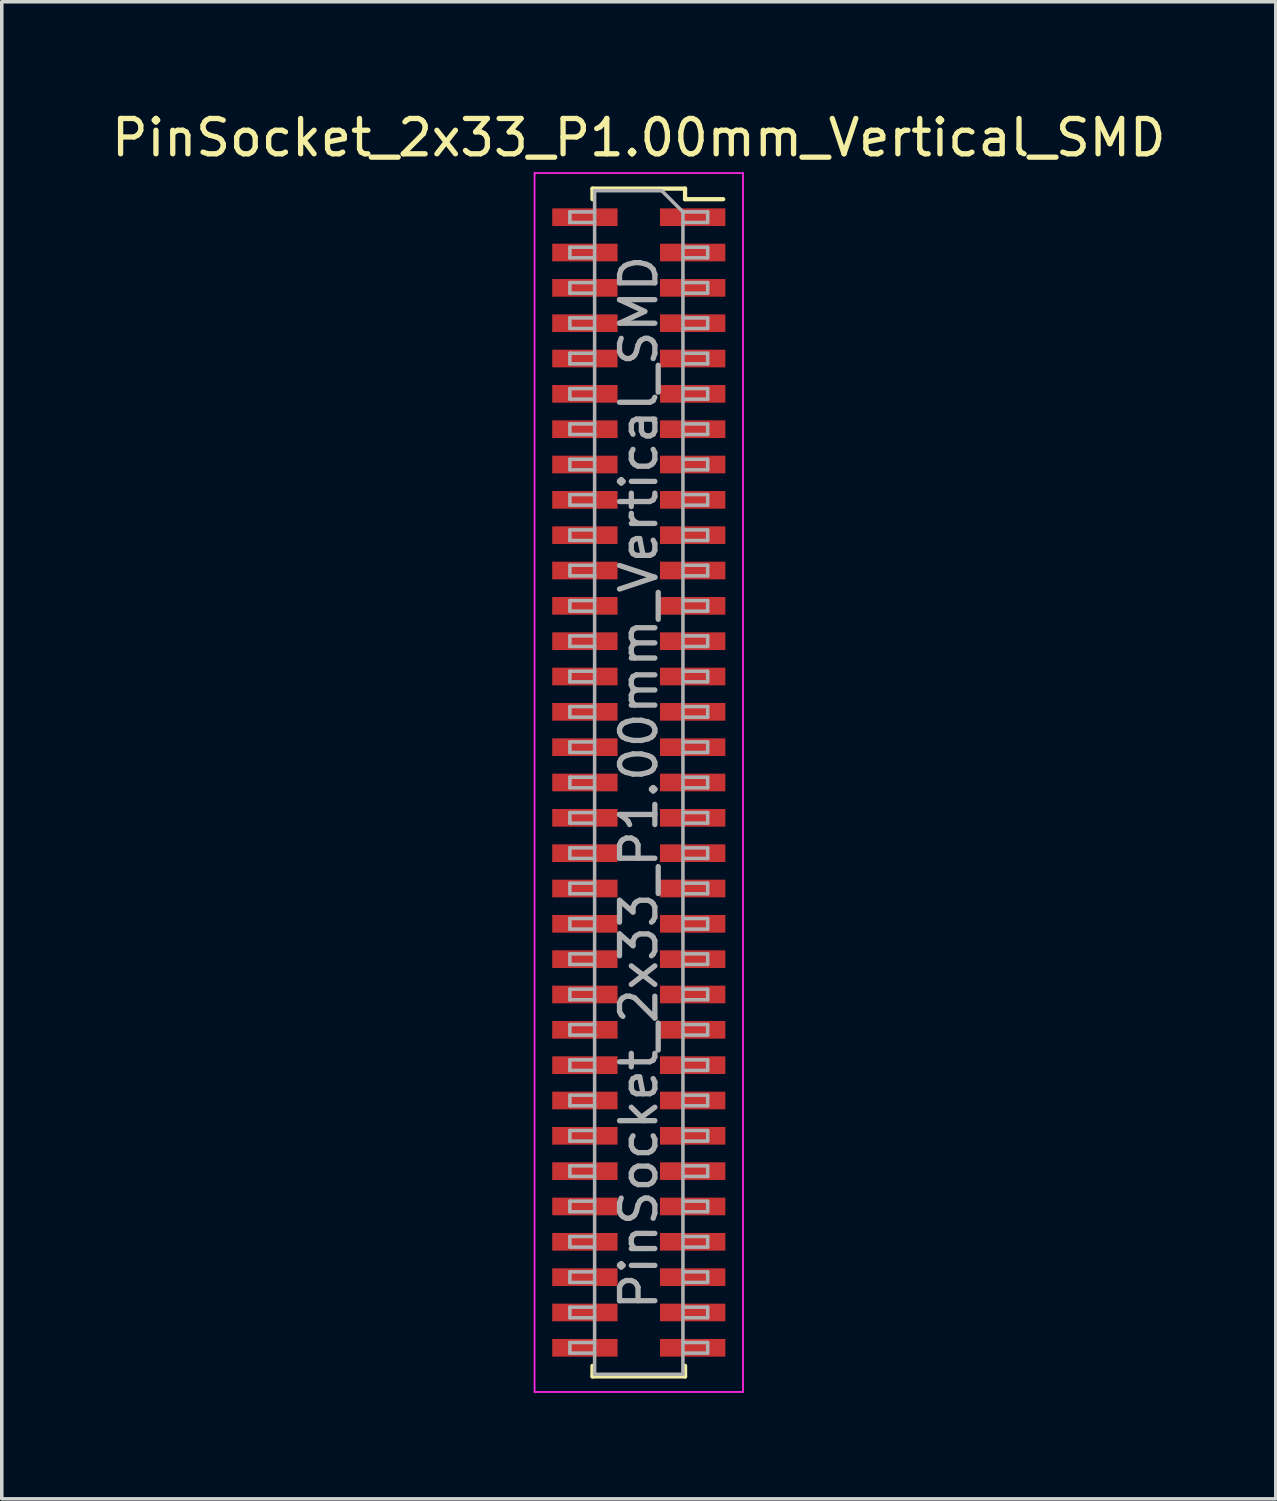
<source format=kicad_pcb>
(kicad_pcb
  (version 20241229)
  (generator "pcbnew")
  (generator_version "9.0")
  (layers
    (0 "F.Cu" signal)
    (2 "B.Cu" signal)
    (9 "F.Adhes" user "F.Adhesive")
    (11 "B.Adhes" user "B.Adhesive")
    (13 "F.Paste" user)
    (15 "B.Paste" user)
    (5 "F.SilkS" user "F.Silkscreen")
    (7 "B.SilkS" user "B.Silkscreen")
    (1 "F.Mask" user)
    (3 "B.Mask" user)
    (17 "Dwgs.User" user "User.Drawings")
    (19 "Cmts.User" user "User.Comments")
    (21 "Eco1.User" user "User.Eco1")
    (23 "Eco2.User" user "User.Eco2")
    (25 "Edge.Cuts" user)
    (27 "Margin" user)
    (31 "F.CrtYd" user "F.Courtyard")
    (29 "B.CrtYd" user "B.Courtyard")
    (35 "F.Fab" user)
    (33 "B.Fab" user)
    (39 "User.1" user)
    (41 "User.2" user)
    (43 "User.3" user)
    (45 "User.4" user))
  (footprint "PinSocket_2x33_P1.00mm_Vertical_SMD"
    (layer "F.Cu")
    (at 15.03 19.098)
    (property "Reference" "PinSocket_2x33_P1.00mm_Vertical_SMD" (at 0 -18.25 0) (layer "F.SilkS") (effects (font (size 1 1) (thickness 0.15))))
    (attr smd)
    (fp_line (start -1.31 -16.81) (end -1.31 -16.51) (stroke (width 0.12) (type solid)) (layer "F.SilkS"))
    (fp_line (start -1.31 -16.81) (end 1.31 -16.81) (stroke (width 0.12) (type solid)) (layer "F.SilkS"))
    (fp_line (start -1.31 16.51) (end -1.31 16.81) (stroke (width 0.12) (type solid)) (layer "F.SilkS"))
    (fp_line (start -1.31 16.81) (end 1.31 16.81) (stroke (width 0.12) (type solid)) (layer "F.SilkS"))
    (fp_line (start 1.31 -16.81) (end 1.31 -16.51) (stroke (width 0.12) (type solid)) (layer "F.SilkS"))
    (fp_line (start 1.31 -16.51) (end 2.39 -16.51) (stroke (width 0.12) (type solid)) (layer "F.SilkS"))
    (fp_line (start 1.31 16.51) (end 1.31 16.81) (stroke (width 0.12) (type solid)) (layer "F.SilkS"))
    (fp_line (start -2.95 -17.25) (end 2.95 -17.25) (stroke (width 0.05) (type solid)) (layer "F.CrtYd"))
    (fp_line (start -2.95 17.25) (end -2.95 -17.25) (stroke (width 0.05) (type solid)) (layer "F.CrtYd"))
    (fp_line (start 2.95 -17.25) (end 2.95 17.25) (stroke (width 0.05) (type solid)) (layer "F.CrtYd"))
    (fp_line (start 2.95 17.25) (end -2.95 17.25) (stroke (width 0.05) (type solid)) (layer "F.CrtYd"))
    (fp_line (start -1.95 -16.15) (end -1.25 -16.15) (stroke (width 0.1) (type solid)) (layer "F.Fab"))
    (fp_line (start -1.95 -15.85) (end -1.95 -16.15) (stroke (width 0.1) (type solid)) (layer "F.Fab"))
    (fp_line (start -1.95 -15.15) (end -1.25 -15.15) (stroke (width 0.1) (type solid)) (layer "F.Fab"))
    (fp_line (start -1.95 -14.85) (end -1.95 -15.15) (stroke (width 0.1) (type solid)) (layer "F.Fab"))
    (fp_line (start -1.95 -14.15) (end -1.25 -14.15) (stroke (width 0.1) (type solid)) (layer "F.Fab"))
    (fp_line (start -1.95 -13.85) (end -1.95 -14.15) (stroke (width 0.1) (type solid)) (layer "F.Fab"))
    (fp_line (start -1.95 -13.15) (end -1.25 -13.15) (stroke (width 0.1) (type solid)) (layer "F.Fab"))
    (fp_line (start -1.95 -12.85) (end -1.95 -13.15) (stroke (width 0.1) (type solid)) (layer "F.Fab"))
    (fp_line (start -1.95 -12.15) (end -1.25 -12.15) (stroke (width 0.1) (type solid)) (layer "F.Fab"))
    (fp_line (start -1.95 -11.85) (end -1.95 -12.15) (stroke (width 0.1) (type solid)) (layer "F.Fab"))
    (fp_line (start -1.95 -11.15) (end -1.25 -11.15) (stroke (width 0.1) (type solid)) (layer "F.Fab"))
    (fp_line (start -1.95 -10.85) (end -1.95 -11.15) (stroke (width 0.1) (type solid)) (layer "F.Fab"))
    (fp_line (start -1.95 -10.15) (end -1.25 -10.15) (stroke (width 0.1) (type solid)) (layer "F.Fab"))
    (fp_line (start -1.95 -9.85) (end -1.95 -10.15) (stroke (width 0.1) (type solid)) (layer "F.Fab"))
    (fp_line (start -1.95 -9.15) (end -1.25 -9.15) (stroke (width 0.1) (type solid)) (layer "F.Fab"))
    (fp_line (start -1.95 -8.85) (end -1.95 -9.15) (stroke (width 0.1) (type solid)) (layer "F.Fab"))
    (fp_line (start -1.95 -8.15) (end -1.25 -8.15) (stroke (width 0.1) (type solid)) (layer "F.Fab"))
    (fp_line (start -1.95 -7.85) (end -1.95 -8.15) (stroke (width 0.1) (type solid)) (layer "F.Fab"))
    (fp_line (start -1.95 -7.15) (end -1.25 -7.15) (stroke (width 0.1) (type solid)) (layer "F.Fab"))
    (fp_line (start -1.95 -6.85) (end -1.95 -7.15) (stroke (width 0.1) (type solid)) (layer "F.Fab"))
    (fp_line (start -1.95 -6.15) (end -1.25 -6.15) (stroke (width 0.1) (type solid)) (layer "F.Fab"))
    (fp_line (start -1.95 -5.85) (end -1.95 -6.15) (stroke (width 0.1) (type solid)) (layer "F.Fab"))
    (fp_line (start -1.95 -5.15) (end -1.25 -5.15) (stroke (width 0.1) (type solid)) (layer "F.Fab"))
    (fp_line (start -1.95 -4.85) (end -1.95 -5.15) (stroke (width 0.1) (type solid)) (layer "F.Fab"))
    (fp_line (start -1.95 -4.15) (end -1.25 -4.15) (stroke (width 0.1) (type solid)) (layer "F.Fab"))
    (fp_line (start -1.95 -3.85) (end -1.95 -4.15) (stroke (width 0.1) (type solid)) (layer "F.Fab"))
    (fp_line (start -1.95 -3.15) (end -1.25 -3.15) (stroke (width 0.1) (type solid)) (layer "F.Fab"))
    (fp_line (start -1.95 -2.85) (end -1.95 -3.15) (stroke (width 0.1) (type solid)) (layer "F.Fab"))
    (fp_line (start -1.95 -2.15) (end -1.25 -2.15) (stroke (width 0.1) (type solid)) (layer "F.Fab"))
    (fp_line (start -1.95 -1.85) (end -1.95 -2.15) (stroke (width 0.1) (type solid)) (layer "F.Fab"))
    (fp_line (start -1.95 -1.15) (end -1.25 -1.15) (stroke (width 0.1) (type solid)) (layer "F.Fab"))
    (fp_line (start -1.95 -0.85) (end -1.95 -1.15) (stroke (width 0.1) (type solid)) (layer "F.Fab"))
    (fp_line (start -1.95 -0.15) (end -1.25 -0.15) (stroke (width 0.1) (type solid)) (layer "F.Fab"))
    (fp_line (start -1.95 0.15) (end -1.95 -0.15) (stroke (width 0.1) (type solid)) (layer "F.Fab"))
    (fp_line (start -1.95 0.85) (end -1.25 0.85) (stroke (width 0.1) (type solid)) (layer "F.Fab"))
    (fp_line (start -1.95 1.15) (end -1.95 0.85) (stroke (width 0.1) (type solid)) (layer "F.Fab"))
    (fp_line (start -1.95 1.85) (end -1.25 1.85) (stroke (width 0.1) (type solid)) (layer "F.Fab"))
    (fp_line (start -1.95 2.15) (end -1.95 1.85) (stroke (width 0.1) (type solid)) (layer "F.Fab"))
    (fp_line (start -1.95 2.85) (end -1.25 2.85) (stroke (width 0.1) (type solid)) (layer "F.Fab"))
    (fp_line (start -1.95 3.15) (end -1.95 2.85) (stroke (width 0.1) (type solid)) (layer "F.Fab"))
    (fp_line (start -1.95 3.85) (end -1.25 3.85) (stroke (width 0.1) (type solid)) (layer "F.Fab"))
    (fp_line (start -1.95 4.15) (end -1.95 3.85) (stroke (width 0.1) (type solid)) (layer "F.Fab"))
    (fp_line (start -1.95 4.85) (end -1.25 4.85) (stroke (width 0.1) (type solid)) (layer "F.Fab"))
    (fp_line (start -1.95 5.15) (end -1.95 4.85) (stroke (width 0.1) (type solid)) (layer "F.Fab"))
    (fp_line (start -1.95 5.85) (end -1.25 5.85) (stroke (width 0.1) (type solid)) (layer "F.Fab"))
    (fp_line (start -1.95 6.15) (end -1.95 5.85) (stroke (width 0.1) (type solid)) (layer "F.Fab"))
    (fp_line (start -1.95 6.85) (end -1.25 6.85) (stroke (width 0.1) (type solid)) (layer "F.Fab"))
    (fp_line (start -1.95 7.15) (end -1.95 6.85) (stroke (width 0.1) (type solid)) (layer "F.Fab"))
    (fp_line (start -1.95 7.85) (end -1.25 7.85) (stroke (width 0.1) (type solid)) (layer "F.Fab"))
    (fp_line (start -1.95 8.15) (end -1.95 7.85) (stroke (width 0.1) (type solid)) (layer "F.Fab"))
    (fp_line (start -1.95 8.85) (end -1.25 8.85) (stroke (width 0.1) (type solid)) (layer "F.Fab"))
    (fp_line (start -1.95 9.15) (end -1.95 8.85) (stroke (width 0.1) (type solid)) (layer "F.Fab"))
    (fp_line (start -1.95 9.85) (end -1.25 9.85) (stroke (width 0.1) (type solid)) (layer "F.Fab"))
    (fp_line (start -1.95 10.15) (end -1.95 9.85) (stroke (width 0.1) (type solid)) (layer "F.Fab"))
    (fp_line (start -1.95 10.85) (end -1.25 10.85) (stroke (width 0.1) (type solid)) (layer "F.Fab"))
    (fp_line (start -1.95 11.15) (end -1.95 10.85) (stroke (width 0.1) (type solid)) (layer "F.Fab"))
    (fp_line (start -1.95 11.85) (end -1.25 11.85) (stroke (width 0.1) (type solid)) (layer "F.Fab"))
    (fp_line (start -1.95 12.15) (end -1.95 11.85) (stroke (width 0.1) (type solid)) (layer "F.Fab"))
    (fp_line (start -1.95 12.85) (end -1.25 12.85) (stroke (width 0.1) (type solid)) (layer "F.Fab"))
    (fp_line (start -1.95 13.15) (end -1.95 12.85) (stroke (width 0.1) (type solid)) (layer "F.Fab"))
    (fp_line (start -1.95 13.85) (end -1.25 13.85) (stroke (width 0.1) (type solid)) (layer "F.Fab"))
    (fp_line (start -1.95 14.15) (end -1.95 13.85) (stroke (width 0.1) (type solid)) (layer "F.Fab"))
    (fp_line (start -1.95 14.85) (end -1.25 14.85) (stroke (width 0.1) (type solid)) (layer "F.Fab"))
    (fp_line (start -1.95 15.15) (end -1.95 14.85) (stroke (width 0.1) (type solid)) (layer "F.Fab"))
    (fp_line (start -1.95 15.85) (end -1.25 15.85) (stroke (width 0.1) (type solid)) (layer "F.Fab"))
    (fp_line (start -1.95 16.15) (end -1.95 15.85) (stroke (width 0.1) (type solid)) (layer "F.Fab"))
    (fp_line (start -1.25 -16.75) (end 0.65 -16.75) (stroke (width 0.1) (type solid)) (layer "F.Fab"))
    (fp_line (start -1.25 -15.85) (end -1.95 -15.85) (stroke (width 0.1) (type solid)) (layer "F.Fab"))
    (fp_line (start -1.25 -14.85) (end -1.95 -14.85) (stroke (width 0.1) (type solid)) (layer "F.Fab"))
    (fp_line (start -1.25 -13.85) (end -1.95 -13.85) (stroke (width 0.1) (type solid)) (layer "F.Fab"))
    (fp_line (start -1.25 -12.85) (end -1.95 -12.85) (stroke (width 0.1) (type solid)) (layer "F.Fab"))
    (fp_line (start -1.25 -11.85) (end -1.95 -11.85) (stroke (width 0.1) (type solid)) (layer "F.Fab"))
    (fp_line (start -1.25 -10.85) (end -1.95 -10.85) (stroke (width 0.1) (type solid)) (layer "F.Fab"))
    (fp_line (start -1.25 -9.85) (end -1.95 -9.85) (stroke (width 0.1) (type solid)) (layer "F.Fab"))
    (fp_line (start -1.25 -8.85) (end -1.95 -8.85) (stroke (width 0.1) (type solid)) (layer "F.Fab"))
    (fp_line (start -1.25 -7.85) (end -1.95 -7.85) (stroke (width 0.1) (type solid)) (layer "F.Fab"))
    (fp_line (start -1.25 -6.85) (end -1.95 -6.85) (stroke (width 0.1) (type solid)) (layer "F.Fab"))
    (fp_line (start -1.25 -5.85) (end -1.95 -5.85) (stroke (width 0.1) (type solid)) (layer "F.Fab"))
    (fp_line (start -1.25 -4.85) (end -1.95 -4.85) (stroke (width 0.1) (type solid)) (layer "F.Fab"))
    (fp_line (start -1.25 -3.85) (end -1.95 -3.85) (stroke (width 0.1) (type solid)) (layer "F.Fab"))
    (fp_line (start -1.25 -2.85) (end -1.95 -2.85) (stroke (width 0.1) (type solid)) (layer "F.Fab"))
    (fp_line (start -1.25 -1.85) (end -1.95 -1.85) (stroke (width 0.1) (type solid)) (layer "F.Fab"))
    (fp_line (start -1.25 -0.85) (end -1.95 -0.85) (stroke (width 0.1) (type solid)) (layer "F.Fab"))
    (fp_line (start -1.25 0.15) (end -1.95 0.15) (stroke (width 0.1) (type solid)) (layer "F.Fab"))
    (fp_line (start -1.25 1.15) (end -1.95 1.15) (stroke (width 0.1) (type solid)) (layer "F.Fab"))
    (fp_line (start -1.25 2.15) (end -1.95 2.15) (stroke (width 0.1) (type solid)) (layer "F.Fab"))
    (fp_line (start -1.25 3.15) (end -1.95 3.15) (stroke (width 0.1) (type solid)) (layer "F.Fab"))
    (fp_line (start -1.25 4.15) (end -1.95 4.15) (stroke (width 0.1) (type solid)) (layer "F.Fab"))
    (fp_line (start -1.25 5.15) (end -1.95 5.15) (stroke (width 0.1) (type solid)) (layer "F.Fab"))
    (fp_line (start -1.25 6.15) (end -1.95 6.15) (stroke (width 0.1) (type solid)) (layer "F.Fab"))
    (fp_line (start -1.25 7.15) (end -1.95 7.15) (stroke (width 0.1) (type solid)) (layer "F.Fab"))
    (fp_line (start -1.25 8.15) (end -1.95 8.15) (stroke (width 0.1) (type solid)) (layer "F.Fab"))
    (fp_line (start -1.25 9.15) (end -1.95 9.15) (stroke (width 0.1) (type solid)) (layer "F.Fab"))
    (fp_line (start -1.25 10.15) (end -1.95 10.15) (stroke (width 0.1) (type solid)) (layer "F.Fab"))
    (fp_line (start -1.25 11.15) (end -1.95 11.15) (stroke (width 0.1) (type solid)) (layer "F.Fab"))
    (fp_line (start -1.25 12.15) (end -1.95 12.15) (stroke (width 0.1) (type solid)) (layer "F.Fab"))
    (fp_line (start -1.25 13.15) (end -1.95 13.15) (stroke (width 0.1) (type solid)) (layer "F.Fab"))
    (fp_line (start -1.25 14.15) (end -1.95 14.15) (stroke (width 0.1) (type solid)) (layer "F.Fab"))
    (fp_line (start -1.25 15.15) (end -1.95 15.15) (stroke (width 0.1) (type solid)) (layer "F.Fab"))
    (fp_line (start -1.25 16.15) (end -1.95 16.15) (stroke (width 0.1) (type solid)) (layer "F.Fab"))
    (fp_line (start -1.25 16.75) (end -1.25 -16.75) (stroke (width 0.1) (type solid)) (layer "F.Fab"))
    (fp_line (start 0.65 -16.75) (end 1.25 -16.15) (stroke (width 0.1) (type solid)) (layer "F.Fab"))
    (fp_line (start 1.25 -16.15) (end 1.25 16.75) (stroke (width 0.1) (type solid)) (layer "F.Fab"))
    (fp_line (start 1.25 -16.15) (end 1.95 -16.15) (stroke (width 0.1) (type solid)) (layer "F.Fab"))
    (fp_line (start 1.25 -15.15) (end 1.95 -15.15) (stroke (width 0.1) (type solid)) (layer "F.Fab"))
    (fp_line (start 1.25 -14.15) (end 1.95 -14.15) (stroke (width 0.1) (type solid)) (layer "F.Fab"))
    (fp_line (start 1.25 -13.15) (end 1.95 -13.15) (stroke (width 0.1) (type solid)) (layer "F.Fab"))
    (fp_line (start 1.25 -12.15) (end 1.95 -12.15) (stroke (width 0.1) (type solid)) (layer "F.Fab"))
    (fp_line (start 1.25 -11.15) (end 1.95 -11.15) (stroke (width 0.1) (type solid)) (layer "F.Fab"))
    (fp_line (start 1.25 -10.15) (end 1.95 -10.15) (stroke (width 0.1) (type solid)) (layer "F.Fab"))
    (fp_line (start 1.25 -9.15) (end 1.95 -9.15) (stroke (width 0.1) (type solid)) (layer "F.Fab"))
    (fp_line (start 1.25 -8.15) (end 1.95 -8.15) (stroke (width 0.1) (type solid)) (layer "F.Fab"))
    (fp_line (start 1.25 -7.15) (end 1.95 -7.15) (stroke (width 0.1) (type solid)) (layer "F.Fab"))
    (fp_line (start 1.25 -6.15) (end 1.95 -6.15) (stroke (width 0.1) (type solid)) (layer "F.Fab"))
    (fp_line (start 1.25 -5.15) (end 1.95 -5.15) (stroke (width 0.1) (type solid)) (layer "F.Fab"))
    (fp_line (start 1.25 -4.15) (end 1.95 -4.15) (stroke (width 0.1) (type solid)) (layer "F.Fab"))
    (fp_line (start 1.25 -3.15) (end 1.95 -3.15) (stroke (width 0.1) (type solid)) (layer "F.Fab"))
    (fp_line (start 1.25 -2.15) (end 1.95 -2.15) (stroke (width 0.1) (type solid)) (layer "F.Fab"))
    (fp_line (start 1.25 -1.15) (end 1.95 -1.15) (stroke (width 0.1) (type solid)) (layer "F.Fab"))
    (fp_line (start 1.25 -0.15) (end 1.95 -0.15) (stroke (width 0.1) (type solid)) (layer "F.Fab"))
    (fp_line (start 1.25 0.85) (end 1.95 0.85) (stroke (width 0.1) (type solid)) (layer "F.Fab"))
    (fp_line (start 1.25 1.85) (end 1.95 1.85) (stroke (width 0.1) (type solid)) (layer "F.Fab"))
    (fp_line (start 1.25 2.85) (end 1.95 2.85) (stroke (width 0.1) (type solid)) (layer "F.Fab"))
    (fp_line (start 1.25 3.85) (end 1.95 3.85) (stroke (width 0.1) (type solid)) (layer "F.Fab"))
    (fp_line (start 1.25 4.85) (end 1.95 4.85) (stroke (width 0.1) (type solid)) (layer "F.Fab"))
    (fp_line (start 1.25 5.85) (end 1.95 5.85) (stroke (width 0.1) (type solid)) (layer "F.Fab"))
    (fp_line (start 1.25 6.85) (end 1.95 6.85) (stroke (width 0.1) (type solid)) (layer "F.Fab"))
    (fp_line (start 1.25 7.85) (end 1.95 7.85) (stroke (width 0.1) (type solid)) (layer "F.Fab"))
    (fp_line (start 1.25 8.85) (end 1.95 8.85) (stroke (width 0.1) (type solid)) (layer "F.Fab"))
    (fp_line (start 1.25 9.85) (end 1.95 9.85) (stroke (width 0.1) (type solid)) (layer "F.Fab"))
    (fp_line (start 1.25 10.85) (end 1.95 10.85) (stroke (width 0.1) (type solid)) (layer "F.Fab"))
    (fp_line (start 1.25 11.85) (end 1.95 11.85) (stroke (width 0.1) (type solid)) (layer "F.Fab"))
    (fp_line (start 1.25 12.85) (end 1.95 12.85) (stroke (width 0.1) (type solid)) (layer "F.Fab"))
    (fp_line (start 1.25 13.85) (end 1.95 13.85) (stroke (width 0.1) (type solid)) (layer "F.Fab"))
    (fp_line (start 1.25 14.85) (end 1.95 14.85) (stroke (width 0.1) (type solid)) (layer "F.Fab"))
    (fp_line (start 1.25 15.85) (end 1.95 15.85) (stroke (width 0.1) (type solid)) (layer "F.Fab"))
    (fp_line (start 1.25 16.75) (end -1.25 16.75) (stroke (width 0.1) (type solid)) (layer "F.Fab"))
    (fp_line (start 1.95 -16.15) (end 1.95 -15.85) (stroke (width 0.1) (type solid)) (layer "F.Fab"))
    (fp_line (start 1.95 -15.85) (end 1.25 -15.85) (stroke (width 0.1) (type solid)) (layer "F.Fab"))
    (fp_line (start 1.95 -15.15) (end 1.95 -14.85) (stroke (width 0.1) (type solid)) (layer "F.Fab"))
    (fp_line (start 1.95 -14.85) (end 1.25 -14.85) (stroke (width 0.1) (type solid)) (layer "F.Fab"))
    (fp_line (start 1.95 -14.15) (end 1.95 -13.85) (stroke (width 0.1) (type solid)) (layer "F.Fab"))
    (fp_line (start 1.95 -13.85) (end 1.25 -13.85) (stroke (width 0.1) (type solid)) (layer "F.Fab"))
    (fp_line (start 1.95 -13.15) (end 1.95 -12.85) (stroke (width 0.1) (type solid)) (layer "F.Fab"))
    (fp_line (start 1.95 -12.85) (end 1.25 -12.85) (stroke (width 0.1) (type solid)) (layer "F.Fab"))
    (fp_line (start 1.95 -12.15) (end 1.95 -11.85) (stroke (width 0.1) (type solid)) (layer "F.Fab"))
    (fp_line (start 1.95 -11.85) (end 1.25 -11.85) (stroke (width 0.1) (type solid)) (layer "F.Fab"))
    (fp_line (start 1.95 -11.15) (end 1.95 -10.85) (stroke (width 0.1) (type solid)) (layer "F.Fab"))
    (fp_line (start 1.95 -10.85) (end 1.25 -10.85) (stroke (width 0.1) (type solid)) (layer "F.Fab"))
    (fp_line (start 1.95 -10.15) (end 1.95 -9.85) (stroke (width 0.1) (type solid)) (layer "F.Fab"))
    (fp_line (start 1.95 -9.85) (end 1.25 -9.85) (stroke (width 0.1) (type solid)) (layer "F.Fab"))
    (fp_line (start 1.95 -9.15) (end 1.95 -8.85) (stroke (width 0.1) (type solid)) (layer "F.Fab"))
    (fp_line (start 1.95 -8.85) (end 1.25 -8.85) (stroke (width 0.1) (type solid)) (layer "F.Fab"))
    (fp_line (start 1.95 -8.15) (end 1.95 -7.85) (stroke (width 0.1) (type solid)) (layer "F.Fab"))
    (fp_line (start 1.95 -7.85) (end 1.25 -7.85) (stroke (width 0.1) (type solid)) (layer "F.Fab"))
    (fp_line (start 1.95 -7.15) (end 1.95 -6.85) (stroke (width 0.1) (type solid)) (layer "F.Fab"))
    (fp_line (start 1.95 -6.85) (end 1.25 -6.85) (stroke (width 0.1) (type solid)) (layer "F.Fab"))
    (fp_line (start 1.95 -6.15) (end 1.95 -5.85) (stroke (width 0.1) (type solid)) (layer "F.Fab"))
    (fp_line (start 1.95 -5.85) (end 1.25 -5.85) (stroke (width 0.1) (type solid)) (layer "F.Fab"))
    (fp_line (start 1.95 -5.15) (end 1.95 -4.85) (stroke (width 0.1) (type solid)) (layer "F.Fab"))
    (fp_line (start 1.95 -4.85) (end 1.25 -4.85) (stroke (width 0.1) (type solid)) (layer "F.Fab"))
    (fp_line (start 1.95 -4.15) (end 1.95 -3.85) (stroke (width 0.1) (type solid)) (layer "F.Fab"))
    (fp_line (start 1.95 -3.85) (end 1.25 -3.85) (stroke (width 0.1) (type solid)) (layer "F.Fab"))
    (fp_line (start 1.95 -3.15) (end 1.95 -2.85) (stroke (width 0.1) (type solid)) (layer "F.Fab"))
    (fp_line (start 1.95 -2.85) (end 1.25 -2.85) (stroke (width 0.1) (type solid)) (layer "F.Fab"))
    (fp_line (start 1.95 -2.15) (end 1.95 -1.85) (stroke (width 0.1) (type solid)) (layer "F.Fab"))
    (fp_line (start 1.95 -1.85) (end 1.25 -1.85) (stroke (width 0.1) (type solid)) (layer "F.Fab"))
    (fp_line (start 1.95 -1.15) (end 1.95 -0.85) (stroke (width 0.1) (type solid)) (layer "F.Fab"))
    (fp_line (start 1.95 -0.85) (end 1.25 -0.85) (stroke (width 0.1) (type solid)) (layer "F.Fab"))
    (fp_line (start 1.95 -0.15) (end 1.95 0.15) (stroke (width 0.1) (type solid)) (layer "F.Fab"))
    (fp_line (start 1.95 0.15) (end 1.25 0.15) (stroke (width 0.1) (type solid)) (layer "F.Fab"))
    (fp_line (start 1.95 0.85) (end 1.95 1.15) (stroke (width 0.1) (type solid)) (layer "F.Fab"))
    (fp_line (start 1.95 1.15) (end 1.25 1.15) (stroke (width 0.1) (type solid)) (layer "F.Fab"))
    (fp_line (start 1.95 1.85) (end 1.95 2.15) (stroke (width 0.1) (type solid)) (layer "F.Fab"))
    (fp_line (start 1.95 2.15) (end 1.25 2.15) (stroke (width 0.1) (type solid)) (layer "F.Fab"))
    (fp_line (start 1.95 2.85) (end 1.95 3.15) (stroke (width 0.1) (type solid)) (layer "F.Fab"))
    (fp_line (start 1.95 3.15) (end 1.25 3.15) (stroke (width 0.1) (type solid)) (layer "F.Fab"))
    (fp_line (start 1.95 3.85) (end 1.95 4.15) (stroke (width 0.1) (type solid)) (layer "F.Fab"))
    (fp_line (start 1.95 4.15) (end 1.25 4.15) (stroke (width 0.1) (type solid)) (layer "F.Fab"))
    (fp_line (start 1.95 4.85) (end 1.95 5.15) (stroke (width 0.1) (type solid)) (layer "F.Fab"))
    (fp_line (start 1.95 5.15) (end 1.25 5.15) (stroke (width 0.1) (type solid)) (layer "F.Fab"))
    (fp_line (start 1.95 5.85) (end 1.95 6.15) (stroke (width 0.1) (type solid)) (layer "F.Fab"))
    (fp_line (start 1.95 6.15) (end 1.25 6.15) (stroke (width 0.1) (type solid)) (layer "F.Fab"))
    (fp_line (start 1.95 6.85) (end 1.95 7.15) (stroke (width 0.1) (type solid)) (layer "F.Fab"))
    (fp_line (start 1.95 7.15) (end 1.25 7.15) (stroke (width 0.1) (type solid)) (layer "F.Fab"))
    (fp_line (start 1.95 7.85) (end 1.95 8.15) (stroke (width 0.1) (type solid)) (layer "F.Fab"))
    (fp_line (start 1.95 8.15) (end 1.25 8.15) (stroke (width 0.1) (type solid)) (layer "F.Fab"))
    (fp_line (start 1.95 8.85) (end 1.95 9.15) (stroke (width 0.1) (type solid)) (layer "F.Fab"))
    (fp_line (start 1.95 9.15) (end 1.25 9.15) (stroke (width 0.1) (type solid)) (layer "F.Fab"))
    (fp_line (start 1.95 9.85) (end 1.95 10.15) (stroke (width 0.1) (type solid)) (layer "F.Fab"))
    (fp_line (start 1.95 10.15) (end 1.25 10.15) (stroke (width 0.1) (type solid)) (layer "F.Fab"))
    (fp_line (start 1.95 10.85) (end 1.95 11.15) (stroke (width 0.1) (type solid)) (layer "F.Fab"))
    (fp_line (start 1.95 11.15) (end 1.25 11.15) (stroke (width 0.1) (type solid)) (layer "F.Fab"))
    (fp_line (start 1.95 11.85) (end 1.95 12.15) (stroke (width 0.1) (type solid)) (layer "F.Fab"))
    (fp_line (start 1.95 12.15) (end 1.25 12.15) (stroke (width 0.1) (type solid)) (layer "F.Fab"))
    (fp_line (start 1.95 12.85) (end 1.95 13.15) (stroke (width 0.1) (type solid)) (layer "F.Fab"))
    (fp_line (start 1.95 13.15) (end 1.25 13.15) (stroke (width 0.1) (type solid)) (layer "F.Fab"))
    (fp_line (start 1.95 13.85) (end 1.95 14.15) (stroke (width 0.1) (type solid)) (layer "F.Fab"))
    (fp_line (start 1.95 14.15) (end 1.25 14.15) (stroke (width 0.1) (type solid)) (layer "F.Fab"))
    (fp_line (start 1.95 14.85) (end 1.95 15.15) (stroke (width 0.1) (type solid)) (layer "F.Fab"))
    (fp_line (start 1.95 15.15) (end 1.25 15.15) (stroke (width 0.1) (type solid)) (layer "F.Fab"))
    (fp_line (start 1.95 15.85) (end 1.95 16.15) (stroke (width 0.1) (type solid)) (layer "F.Fab"))
    (fp_line (start 1.95 16.15) (end 1.25 16.15) (stroke (width 0.1) (type solid)) (layer "F.Fab"))
    (fp_text user "${REFERENCE}" (at 0 0 90) (layer "F.Fab") (effects (font (size 1 1) (thickness 0.15))))
    (pad "1" smd rect (at 1.525 -16) (size 1.85 0.5) (layers "F.Cu" "F.Mask" "F.Paste"))
    (pad "2" smd rect (at -1.525 -16) (size 1.85 0.5) (layers "F.Cu" "F.Mask" "F.Paste"))
    (pad "3" smd rect (at 1.525 -15) (size 1.85 0.5) (layers "F.Cu" "F.Mask" "F.Paste"))
    (pad "4" smd rect (at -1.525 -15) (size 1.85 0.5) (layers "F.Cu" "F.Mask" "F.Paste"))
    (pad "5" smd rect (at 1.525 -14) (size 1.85 0.5) (layers "F.Cu" "F.Mask" "F.Paste"))
    (pad "6" smd rect (at -1.525 -14) (size 1.85 0.5) (layers "F.Cu" "F.Mask" "F.Paste"))
    (pad "7" smd rect (at 1.525 -13) (size 1.85 0.5) (layers "F.Cu" "F.Mask" "F.Paste"))
    (pad "8" smd rect (at -1.525 -13) (size 1.85 0.5) (layers "F.Cu" "F.Mask" "F.Paste"))
    (pad "9" smd rect (at 1.525 -12) (size 1.85 0.5) (layers "F.Cu" "F.Mask" "F.Paste"))
    (pad "10" smd rect (at -1.525 -12) (size 1.85 0.5) (layers "F.Cu" "F.Mask" "F.Paste"))
    (pad "11" smd rect (at 1.525 -11) (size 1.85 0.5) (layers "F.Cu" "F.Mask" "F.Paste"))
    (pad "12" smd rect (at -1.525 -11) (size 1.85 0.5) (layers "F.Cu" "F.Mask" "F.Paste"))
    (pad "13" smd rect (at 1.525 -10) (size 1.85 0.5) (layers "F.Cu" "F.Mask" "F.Paste"))
    (pad "14" smd rect (at -1.525 -10) (size 1.85 0.5) (layers "F.Cu" "F.Mask" "F.Paste"))
    (pad "15" smd rect (at 1.525 -9) (size 1.85 0.5) (layers "F.Cu" "F.Mask" "F.Paste"))
    (pad "16" smd rect (at -1.525 -9) (size 1.85 0.5) (layers "F.Cu" "F.Mask" "F.Paste"))
    (pad "17" smd rect (at 1.525 -8) (size 1.85 0.5) (layers "F.Cu" "F.Mask" "F.Paste"))
    (pad "18" smd rect (at -1.525 -8) (size 1.85 0.5) (layers "F.Cu" "F.Mask" "F.Paste"))
    (pad "19" smd rect (at 1.525 -7) (size 1.85 0.5) (layers "F.Cu" "F.Mask" "F.Paste"))
    (pad "20" smd rect (at -1.525 -7) (size 1.85 0.5) (layers "F.Cu" "F.Mask" "F.Paste"))
    (pad "21" smd rect (at 1.525 -6) (size 1.85 0.5) (layers "F.Cu" "F.Mask" "F.Paste"))
    (pad "22" smd rect (at -1.525 -6) (size 1.85 0.5) (layers "F.Cu" "F.Mask" "F.Paste"))
    (pad "23" smd rect (at 1.525 -5) (size 1.85 0.5) (layers "F.Cu" "F.Mask" "F.Paste"))
    (pad "24" smd rect (at -1.525 -5) (size 1.85 0.5) (layers "F.Cu" "F.Mask" "F.Paste"))
    (pad "25" smd rect (at 1.525 -4) (size 1.85 0.5) (layers "F.Cu" "F.Mask" "F.Paste"))
    (pad "26" smd rect (at -1.525 -4) (size 1.85 0.5) (layers "F.Cu" "F.Mask" "F.Paste"))
    (pad "27" smd rect (at 1.525 -3) (size 1.85 0.5) (layers "F.Cu" "F.Mask" "F.Paste"))
    (pad "28" smd rect (at -1.525 -3) (size 1.85 0.5) (layers "F.Cu" "F.Mask" "F.Paste"))
    (pad "29" smd rect (at 1.525 -2) (size 1.85 0.5) (layers "F.Cu" "F.Mask" "F.Paste"))
    (pad "30" smd rect (at -1.525 -2) (size 1.85 0.5) (layers "F.Cu" "F.Mask" "F.Paste"))
    (pad "31" smd rect (at 1.525 -1) (size 1.85 0.5) (layers "F.Cu" "F.Mask" "F.Paste"))
    (pad "32" smd rect (at -1.525 -1) (size 1.85 0.5) (layers "F.Cu" "F.Mask" "F.Paste"))
    (pad "33" smd rect (at 1.525 0) (size 1.85 0.5) (layers "F.Cu" "F.Mask" "F.Paste"))
    (pad "34" smd rect (at -1.525 0) (size 1.85 0.5) (layers "F.Cu" "F.Mask" "F.Paste"))
    (pad "35" smd rect (at 1.525 1) (size 1.85 0.5) (layers "F.Cu" "F.Mask" "F.Paste"))
    (pad "36" smd rect (at -1.525 1) (size 1.85 0.5) (layers "F.Cu" "F.Mask" "F.Paste"))
    (pad "37" smd rect (at 1.525 2) (size 1.85 0.5) (layers "F.Cu" "F.Mask" "F.Paste"))
    (pad "38" smd rect (at -1.525 2) (size 1.85 0.5) (layers "F.Cu" "F.Mask" "F.Paste"))
    (pad "39" smd rect (at 1.525 3) (size 1.85 0.5) (layers "F.Cu" "F.Mask" "F.Paste"))
    (pad "40" smd rect (at -1.525 3) (size 1.85 0.5) (layers "F.Cu" "F.Mask" "F.Paste"))
    (pad "41" smd rect (at 1.525 4) (size 1.85 0.5) (layers "F.Cu" "F.Mask" "F.Paste"))
    (pad "42" smd rect (at -1.525 4) (size 1.85 0.5) (layers "F.Cu" "F.Mask" "F.Paste"))
    (pad "43" smd rect (at 1.525 5) (size 1.85 0.5) (layers "F.Cu" "F.Mask" "F.Paste"))
    (pad "44" smd rect (at -1.525 5) (size 1.85 0.5) (layers "F.Cu" "F.Mask" "F.Paste"))
    (pad "45" smd rect (at 1.525 6) (size 1.85 0.5) (layers "F.Cu" "F.Mask" "F.Paste"))
    (pad "46" smd rect (at -1.525 6) (size 1.85 0.5) (layers "F.Cu" "F.Mask" "F.Paste"))
    (pad "47" smd rect (at 1.525 7) (size 1.85 0.5) (layers "F.Cu" "F.Mask" "F.Paste"))
    (pad "48" smd rect (at -1.525 7) (size 1.85 0.5) (layers "F.Cu" "F.Mask" "F.Paste"))
    (pad "49" smd rect (at 1.525 8) (size 1.85 0.5) (layers "F.Cu" "F.Mask" "F.Paste"))
    (pad "50" smd rect (at -1.525 8) (size 1.85 0.5) (layers "F.Cu" "F.Mask" "F.Paste"))
    (pad "51" smd rect (at 1.525 9) (size 1.85 0.5) (layers "F.Cu" "F.Mask" "F.Paste"))
    (pad "52" smd rect (at -1.525 9) (size 1.85 0.5) (layers "F.Cu" "F.Mask" "F.Paste"))
    (pad "53" smd rect (at 1.525 10) (size 1.85 0.5) (layers "F.Cu" "F.Mask" "F.Paste"))
    (pad "54" smd rect (at -1.525 10) (size 1.85 0.5) (layers "F.Cu" "F.Mask" "F.Paste"))
    (pad "55" smd rect (at 1.525 11) (size 1.85 0.5) (layers "F.Cu" "F.Mask" "F.Paste"))
    (pad "56" smd rect (at -1.525 11) (size 1.85 0.5) (layers "F.Cu" "F.Mask" "F.Paste"))
    (pad "57" smd rect (at 1.525 12) (size 1.85 0.5) (layers "F.Cu" "F.Mask" "F.Paste"))
    (pad "58" smd rect (at -1.525 12) (size 1.85 0.5) (layers "F.Cu" "F.Mask" "F.Paste"))
    (pad "59" smd rect (at 1.525 13) (size 1.85 0.5) (layers "F.Cu" "F.Mask" "F.Paste"))
    (pad "60" smd rect (at -1.525 13) (size 1.85 0.5) (layers "F.Cu" "F.Mask" "F.Paste"))
    (pad "61" smd rect (at 1.525 14) (size 1.85 0.5) (layers "F.Cu" "F.Mask" "F.Paste"))
    (pad "62" smd rect (at -1.525 14) (size 1.85 0.5) (layers "F.Cu" "F.Mask" "F.Paste"))
    (pad "63" smd rect (at 1.525 15) (size 1.85 0.5) (layers "F.Cu" "F.Mask" "F.Paste"))
    (pad "64" smd rect (at -1.525 15) (size 1.85 0.5) (layers "F.Cu" "F.Mask" "F.Paste"))
    (pad "65" smd rect (at 1.525 16) (size 1.85 0.5) (layers "F.Cu" "F.Mask" "F.Paste"))
    (pad "66" smd rect (at -1.525 16) (size 1.85 0.5) (layers "F.Cu" "F.Mask" "F.Paste")))
  (gr_rect
    (start -3 -3)
    (end 33.06 39.373)
    (stroke (width 0.1) (type default))
    (fill no)
    (layer "Edge.Cuts")))
</source>
